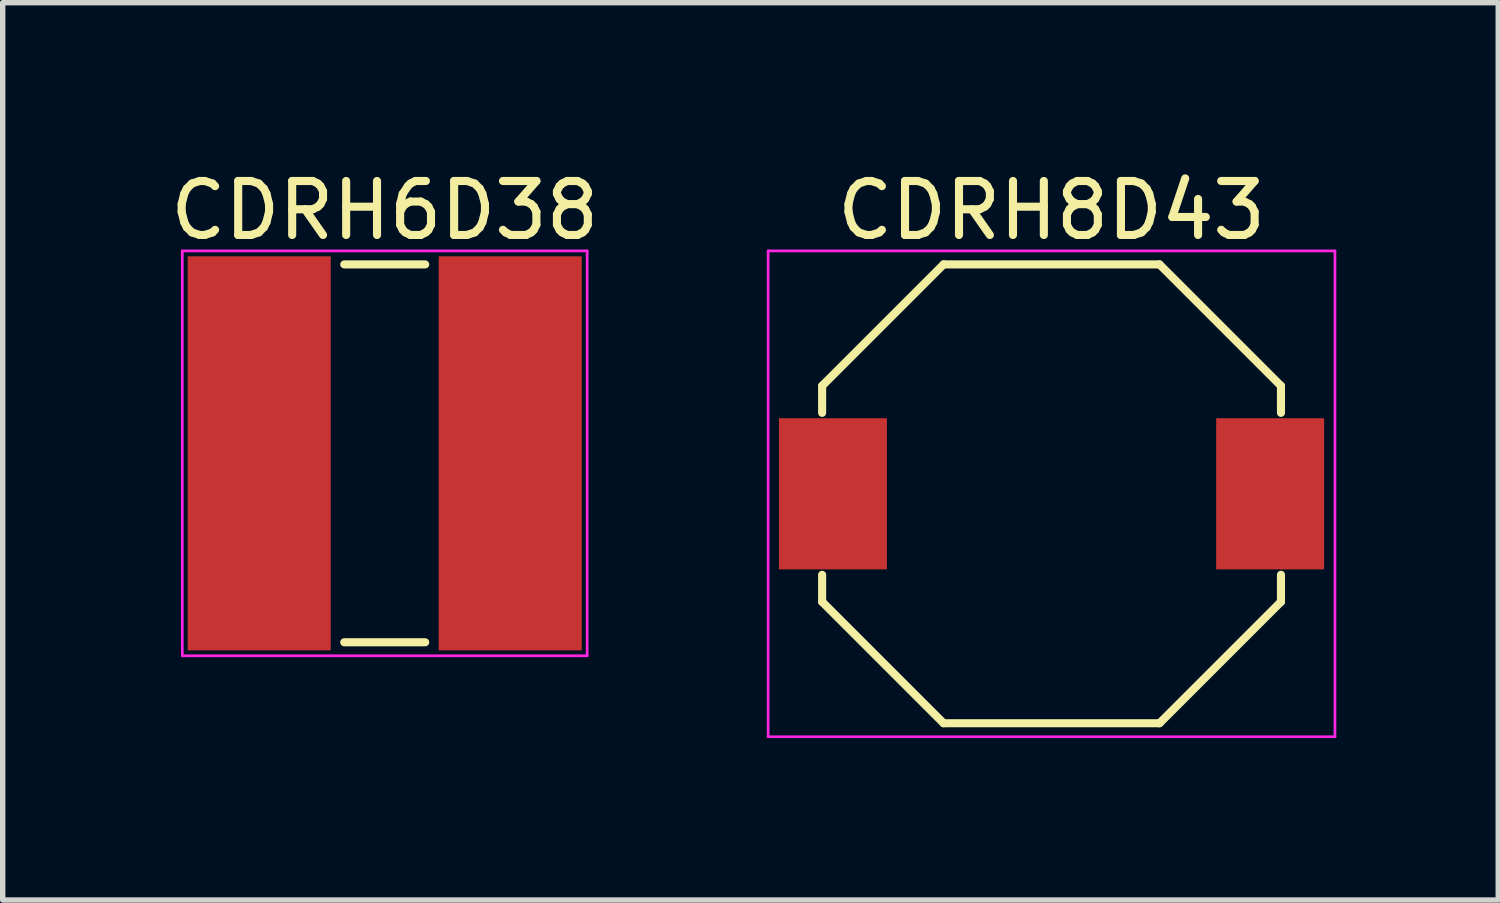
<source format=kicad_pcb>
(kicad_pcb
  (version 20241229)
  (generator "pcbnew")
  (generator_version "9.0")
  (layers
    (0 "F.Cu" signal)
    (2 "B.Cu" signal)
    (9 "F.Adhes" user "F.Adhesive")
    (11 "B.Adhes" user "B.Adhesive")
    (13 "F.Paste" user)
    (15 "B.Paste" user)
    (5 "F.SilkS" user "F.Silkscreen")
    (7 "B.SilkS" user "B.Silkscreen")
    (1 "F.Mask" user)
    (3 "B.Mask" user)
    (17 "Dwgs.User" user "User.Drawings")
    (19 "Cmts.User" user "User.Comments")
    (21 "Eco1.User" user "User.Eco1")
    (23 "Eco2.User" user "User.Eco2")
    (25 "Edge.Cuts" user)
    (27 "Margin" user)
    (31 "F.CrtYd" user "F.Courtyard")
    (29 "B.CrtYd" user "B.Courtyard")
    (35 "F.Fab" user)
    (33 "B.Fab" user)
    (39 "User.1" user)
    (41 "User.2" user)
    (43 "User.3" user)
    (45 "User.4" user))
  (footprint "CDRH8D43"
    (layer "F.Cu")
    (at 16.43 6.098)
    (property "Reference" "CDRH8D43" (at 0 -5.25 180) (layer "F.SilkS") (effects (font (size 1 1) (thickness 0.15))))
    (attr smd)
    (fp_line (start -4.25 -2) (end -2 -4.25) (stroke (width 0.15) (type solid)) (layer "F.SilkS"))
    (fp_line (start -4.25 -1.5) (end -4.25 -2) (stroke (width 0.15) (type solid)) (layer "F.SilkS"))
    (fp_line (start -4.25 2) (end -4.25 1.5) (stroke (width 0.15) (type solid)) (layer "F.SilkS"))
    (fp_line (start -4.25 2) (end -2 4.25) (stroke (width 0.15) (type solid)) (layer "F.SilkS"))
    (fp_line (start -2 -4.25) (end 2 -4.25) (stroke (width 0.15) (type solid)) (layer "F.SilkS"))
    (fp_line (start -2 4.25) (end 2 4.25) (stroke (width 0.15) (type solid)) (layer "F.SilkS"))
    (fp_line (start 2 -4.25) (end 4.25 -2) (stroke (width 0.15) (type solid)) (layer "F.SilkS"))
    (fp_line (start 2 4.25) (end 4.25 2) (stroke (width 0.15) (type solid)) (layer "F.SilkS"))
    (fp_line (start 4.25 -2) (end 4.25 -1.5) (stroke (width 0.15) (type solid)) (layer "F.SilkS"))
    (fp_line (start 4.25 2) (end 4.25 1.5) (stroke (width 0.15) (type solid)) (layer "F.SilkS"))
    (fp_line (start -5.25 -4.5) (end 5.25 -4.5) (stroke (width 0.05) (type solid)) (layer "F.CrtYd"))
    (fp_line (start -5.25 4.5) (end -5.25 -4.5) (stroke (width 0.05) (type solid)) (layer "F.CrtYd"))
    (fp_line (start 5.25 -4.5) (end 5.25 4.5) (stroke (width 0.05) (type solid)) (layer "F.CrtYd"))
    (fp_line (start 5.25 4.5) (end -5.25 4.5) (stroke (width 0.05) (type solid)) (layer "F.CrtYd"))
    (pad "1" smd rect (at -4.05 0) (size 2 2.8) (layers "F.Cu" "F.Mask" "F.Paste"))
    (pad "2" smd rect (at 4.05 0) (size 2 2.8) (layers "F.Cu" "F.Mask" "F.Paste")))
  (footprint "CDRH6D38"
    (layer "F.Cu")
    (at 4.077 5.348)
    (property "Reference" "CDRH6D38" (at 0 -4.5 180) (layer "F.SilkS") (effects (font (size 1 1) (thickness 0.15))))
    (attr smd)
    (fp_line (start -0.75 -3.5) (end 0.75 -3.5) (stroke (width 0.15) (type solid)) (layer "F.SilkS"))
    (fp_line (start -0.75 3.5) (end 0.75 3.5) (stroke (width 0.15) (type solid)) (layer "F.SilkS"))
    (fp_line (start -3.75 -3.75) (end -3.75 3.75) (stroke (width 0.05) (type solid)) (layer "F.CrtYd"))
    (fp_line (start -3.75 3.75) (end 3.75 3.75) (stroke (width 0.05) (type solid)) (layer "F.CrtYd"))
    (fp_line (start 3.75 -3.75) (end -3.75 -3.75) (stroke (width 0.05) (type solid)) (layer "F.CrtYd"))
    (fp_line (start 3.75 3.75) (end 3.75 -3.75) (stroke (width 0.05) (type solid)) (layer "F.CrtYd"))
    (pad "1" smd rect (at -2.325 0) (size 2.65 7.3) (layers "F.Cu" "F.Mask" "F.Paste"))
    (pad "2" smd rect (at 2.325 0) (size 2.65 7.3) (layers "F.Cu" "F.Mask" "F.Paste")))
  (gr_rect
    (start -3 -3)
    (end 24.705 13.623)
    (stroke (width 0.1) (type default))
    (fill no)
    (layer "Edge.Cuts")))
</source>
